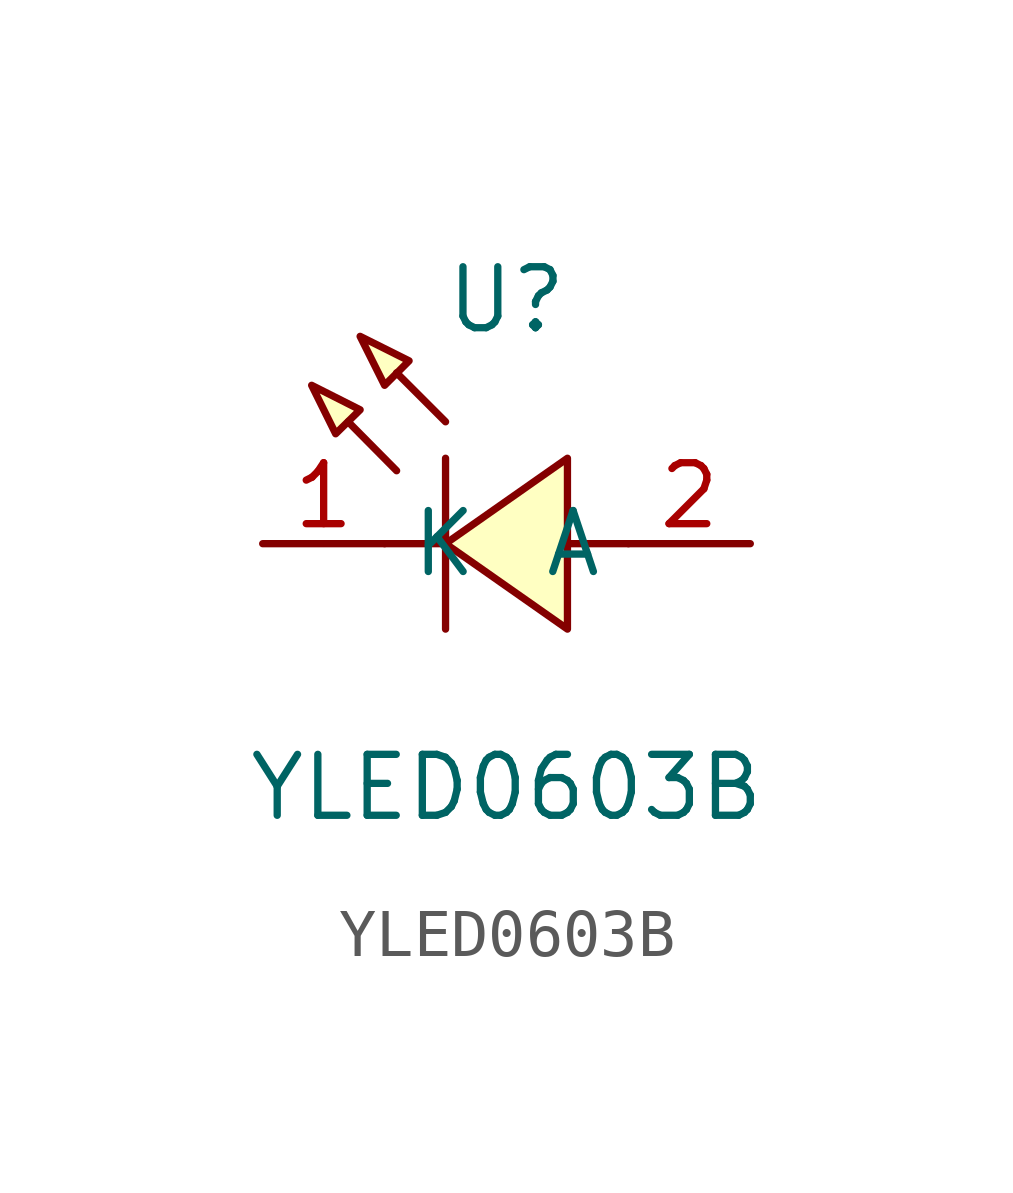
<source format=kicad_sym>
(kicad_symbol_lib
  (version 20211014)
  (generator https://github.com/uPesy/easyeda2kicad.py)
  (symbol "YLED0603B"
    (property "Reference" "U"
      (at 0 5.08 0)
      (effects (font (size 1.27 1.27))))
    (property "Value" "YLED0603B"
      (at 0 -5.08 0)
      (effects (font (size 1.27 1.27))))
    (symbol "YLED0603B_0_1"
      (polyline (pts (xy -4.06 3.30) (xy -3.05 2.79) (xy -3.56 2.29) (xy -4.06 3.30)) (stroke (width 0) (type default) (color 0 0 0 0)) (fill (type background)))
      (polyline (pts (xy -3.05 4.32) (xy -2.03 3.81) (xy -2.54 3.30) (xy -3.05 4.32)) (stroke (width 0) (type default) (color 0 0 0 0)) (fill (type background)))
      (polyline (pts (xy 1.27 1.78) (xy -1.27 -0.00) (xy 1.27 -1.78) (xy 1.27 1.78)) (stroke (width 0) (type default) (color 0 0 0 0)) (fill (type background)))
      (polyline (pts (xy -2.29 1.52) (xy -3.30 2.54) (xy -2.29 1.52)) (stroke (width 0) (type default) (color 0 0 0 0)) (fill (type background)))
      (polyline (pts (xy -1.27 2.54) (xy -2.29 3.56) (xy -1.27 2.54)) (stroke (width 0) (type default) (color 0 0 0 0)) (fill (type background)))
      (polyline (pts (xy -1.27 -0.00) (xy -2.54 -0.00)) (stroke (width 0) (type default) (color 0 0 0 0)) (fill (type none)))
      (polyline (pts (xy 2.54 -0.00) (xy 1.27 -0.00)) (stroke (width 0) (type default) (color 0 0 0 0)) (fill (type none)))
      (polyline (pts (xy -1.27 1.78) (xy -1.27 -1.78)) (stroke (width 0) (type default) (color 0 0 0 0)) (fill (type none)))
      (pin unspecified line (at -5.08 -0.00 0) (length 2.54) (name "K" (effects (font (size 1.27 1.27)))) (number "1" (effects (font (size 1.27 1.27)))))
      (pin unspecified line (at 5.08 -0.00 180) (length 2.54) (name "A" (effects (font (size 1.27 1.27)))) (number "2" (effects (font (size 1.27 1.27))))))))
</source>
